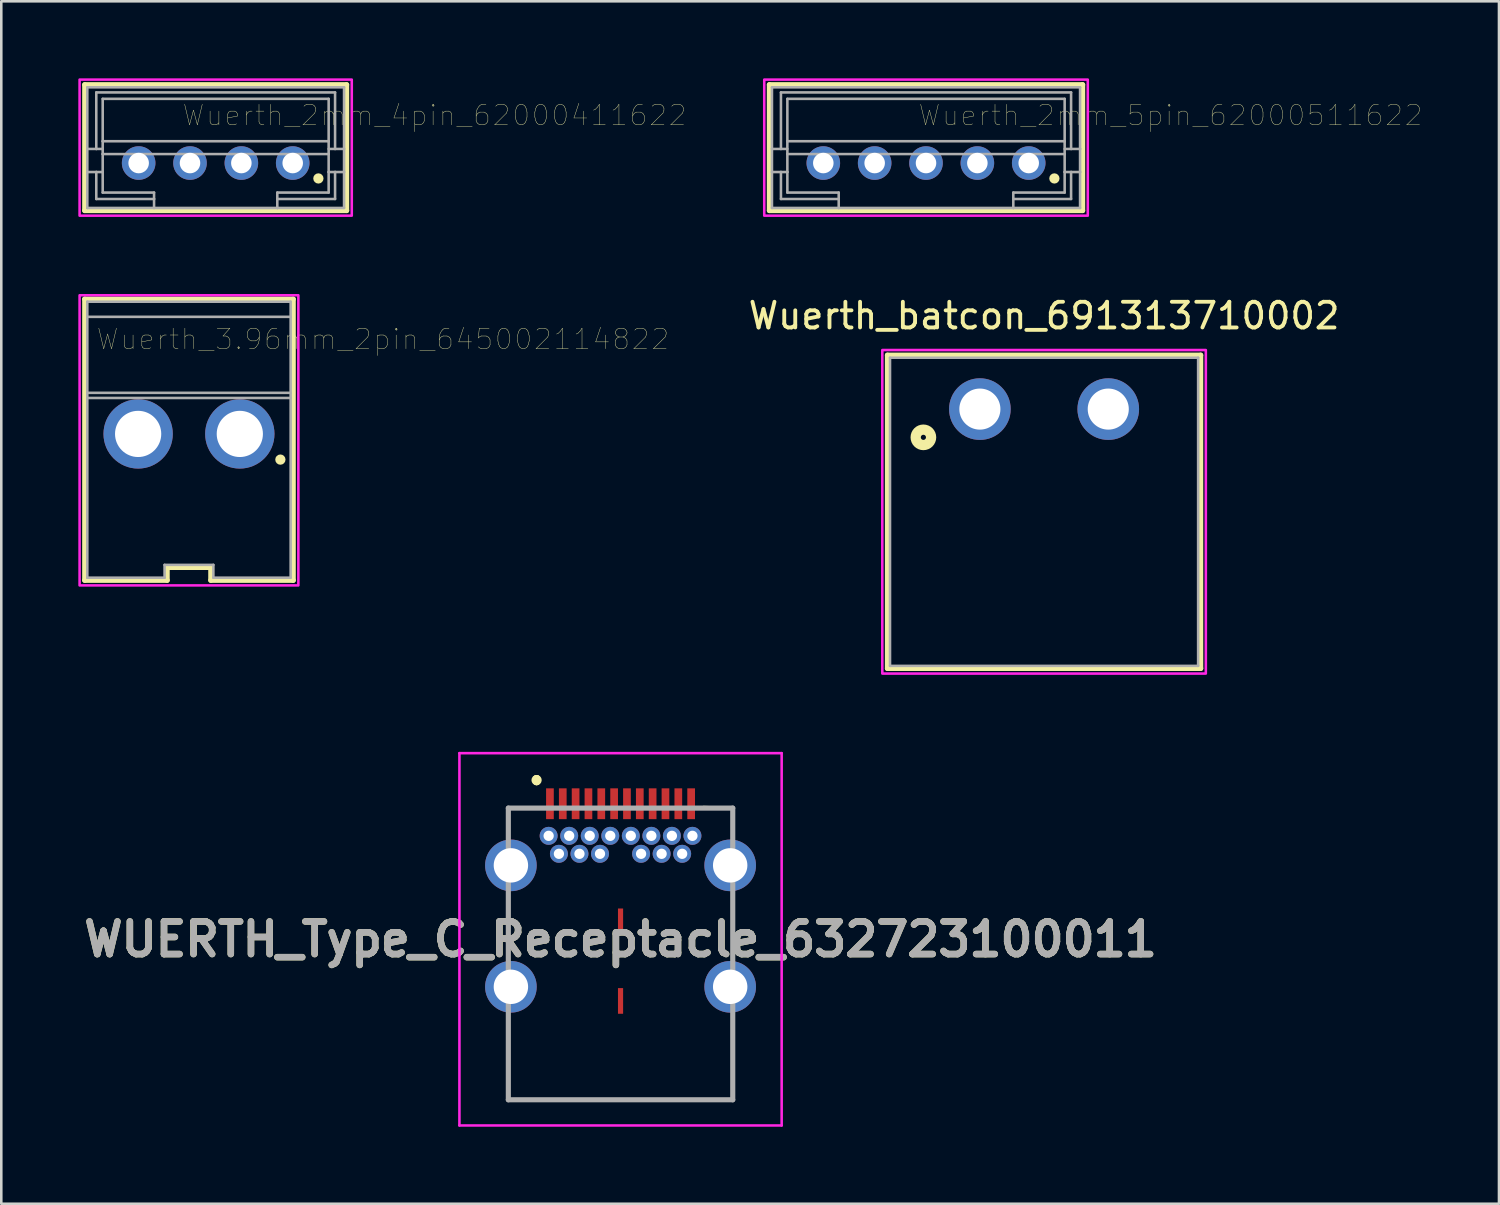
<source format=kicad_pcb>
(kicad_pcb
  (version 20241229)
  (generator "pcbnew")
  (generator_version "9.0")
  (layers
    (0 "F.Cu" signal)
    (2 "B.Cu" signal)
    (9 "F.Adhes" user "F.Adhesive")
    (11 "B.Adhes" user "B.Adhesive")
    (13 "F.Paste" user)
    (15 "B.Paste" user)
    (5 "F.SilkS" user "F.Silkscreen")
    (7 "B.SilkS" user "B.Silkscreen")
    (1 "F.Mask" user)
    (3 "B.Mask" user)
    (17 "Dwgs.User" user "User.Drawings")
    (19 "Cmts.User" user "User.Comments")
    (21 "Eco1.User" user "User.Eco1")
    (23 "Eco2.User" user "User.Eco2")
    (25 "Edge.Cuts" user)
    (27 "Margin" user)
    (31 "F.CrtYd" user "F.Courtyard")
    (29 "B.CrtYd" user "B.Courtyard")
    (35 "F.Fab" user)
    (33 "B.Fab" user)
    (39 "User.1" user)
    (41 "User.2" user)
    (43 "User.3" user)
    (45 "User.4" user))
  (footprint "Wuerth_3.96mm_2pin_645002114822"
    (layer "F.Cu")
    (at 4.31 14.35)
    (property "Reference" "Wuerth_3.96mm_2pin_645002114822" (at 7.555 -4.188 0) (layer "F.SilkS") (effects (font (size 0.8 0.8) (thickness 0.015))))
    (attr through_hole)
    (fp_line (start -4.06 -5.75) (end 4.06 -5.75) (stroke (width 0.2) (type solid)) (layer "F.SilkS"))
    (fp_line (start -4.06 5.2) (end -4.06 -5.75) (stroke (width 0.2) (type solid)) (layer "F.SilkS"))
    (fp_line (start -0.85 4.7) (end -0.85 5.2) (stroke (width 0.2) (type solid)) (layer "F.SilkS"))
    (fp_line (start -0.85 5.2) (end -4.06 5.2) (stroke (width 0.2) (type solid)) (layer "F.SilkS"))
    (fp_line (start 0.85 4.7) (end -0.85 4.7) (stroke (width 0.2) (type solid)) (layer "F.SilkS"))
    (fp_line (start 0.85 5.2) (end 0.85 4.7) (stroke (width 0.2) (type solid)) (layer "F.SilkS"))
    (fp_line (start 4.06 -5.75) (end 4.06 5.2) (stroke (width 0.2) (type solid)) (layer "F.SilkS"))
    (fp_line (start 4.06 5.2) (end 0.85 5.2) (stroke (width 0.2) (type solid)) (layer "F.SilkS"))
    (fp_circle (center 3.56 0.5) (end 3.66 0.5) (stroke (width 0.2) (type solid)) (fill no) (layer "F.SilkS"))
    (fp_poly (pts (xy -4.26 -5.9) (xy 4.26 -5.9) (xy 4.26 5.4) (xy -4.26 5.4)) (stroke (width 0.1) (type solid)) (fill no) (layer "F.CrtYd"))
    (fp_line (start -3.96 -5.65) (end 3.96 -5.65) (stroke (width 0.1) (type solid)) (layer "F.Fab"))
    (fp_line (start -3.96 -5.06) (end 3.96 -5.06) (stroke (width 0.1) (type solid)) (layer "F.Fab"))
    (fp_line (start -3.96 -2.1) (end 3.96 -2.1) (stroke (width 0.1) (type solid)) (layer "F.Fab"))
    (fp_line (start -3.96 -1.9) (end -3.96 -5.65) (stroke (width 0.1) (type solid)) (layer "F.Fab"))
    (fp_line (start -3.96 -1.9) (end 3.96 -1.9) (stroke (width 0.1) (type solid)) (layer "F.Fab"))
    (fp_line (start -3.96 5.1) (end -3.96 -1.9) (stroke (width 0.1) (type solid)) (layer "F.Fab"))
    (fp_line (start -0.95 4.6) (end 0.95 4.6) (stroke (width 0.1) (type solid)) (layer "F.Fab"))
    (fp_line (start -0.95 5.1) (end -3.96 5.1) (stroke (width 0.1) (type solid)) (layer "F.Fab"))
    (fp_line (start -0.95 5.1) (end -0.95 4.6) (stroke (width 0.1) (type solid)) (layer "F.Fab"))
    (fp_line (start 0.95 4.6) (end 0.95 5.1) (stroke (width 0.1) (type solid)) (layer "F.Fab"))
    (fp_line (start 3.96 -5.65) (end 3.96 -1.9) (stroke (width 0.1) (type solid)) (layer "F.Fab"))
    (fp_line (start 3.96 -1.9) (end 3.96 5.1) (stroke (width 0.1) (type solid)) (layer "F.Fab"))
    (fp_line (start 3.96 5.1) (end 0.95 5.1) (stroke (width 0.1) (type solid)) (layer "F.Fab"))
    (pad "1" thru_hole circle (at 1.98 -0.5) (size 2.7 2.7) (drill 1.8) (layers "*.Cu" "*.Mask"))
    (pad "2" thru_hole circle (at -1.98 -0.5) (size 2.7 2.7) (drill 1.8) (layers "*.Cu" "*.Mask")))
  (footprint "Wuerth_batcon_691313710002"
    (layer "F.Cu")
    (at 37.613 12.883)
    (property "Reference" "Wuerth_batcon_691313710002" (at 0 -3.635 0) (layer "F.SilkS") (effects (font (size 1 1) (thickness 0.15))))
    (attr through_hole)
    (fp_line (start -6.1 -2.1) (end 6.1 -2.1) (stroke (width 0.2) (type solid)) (layer "F.SilkS"))
    (fp_line (start -6.1 10.1) (end -6.1 -2.1) (stroke (width 0.2) (type solid)) (layer "F.SilkS"))
    (fp_line (start 6.1 -2.1) (end 6.1 10.1) (stroke (width 0.2) (type solid)) (layer "F.SilkS"))
    (fp_line (start 6.1 10.1) (end -6.1 10.1) (stroke (width 0.2) (type solid)) (layer "F.SilkS"))
    (fp_circle (center -4.7 1.1) (end -4.6 1.1) (stroke (width 0.4) (type solid)) (fill no) (layer "F.SilkS"))
    (fp_poly (pts (xy 6.3 -2.3) (xy 6.3 10.3) (xy -6.3 10.3) (xy -6.3 -2.3)) (stroke (width 0.1) (type solid)) (fill no) (layer "F.CrtYd"))
    (fp_line (start -6 -2) (end -6 10) (stroke (width 0.1) (type solid)) (layer "F.Fab"))
    (fp_line (start -6 10) (end 6 10) (stroke (width 0.1) (type solid)) (layer "F.Fab"))
    (fp_line (start 6 -2) (end -6 -2) (stroke (width 0.1) (type solid)) (layer "F.Fab"))
    (fp_line (start 6 10) (end 6 -2) (stroke (width 0.1) (type solid)) (layer "F.Fab"))
    (pad "1" thru_hole circle (at -2.5 0) (size 2.4 2.4) (drill 1.6) (layers "*.Cu" "*.Mask"))
    (pad "2" thru_hole circle (at 2.5 0) (size 2.4 2.4) (drill 1.6) (layers "*.Cu" "*.Mask")))
  (footprint "Wuerth_2mm_4pin_62000411622"
    (layer "F.Cu")
    (at 5.35 2.7)
    (property "Reference" "Wuerth_2mm_4pin_62000411622" (at 8.525 -1.258 0) (layer "F.SilkS") (effects (font (size 0.8 0.8) (thickness 0.015))))
    (attr through_hole)
    (fp_line (start -5.1 -2.45) (end 5.1 -2.45) (stroke (width 0.2) (type solid)) (layer "F.SilkS"))
    (fp_line (start -5.1 2.45) (end -5.1 -2.45) (stroke (width 0.2) (type solid)) (layer "F.SilkS"))
    (fp_line (start 5.1 -2.45) (end 5.1 2.45) (stroke (width 0.2) (type solid)) (layer "F.SilkS"))
    (fp_line (start 5.1 2.45) (end -5.1 2.45) (stroke (width 0.2) (type solid)) (layer "F.SilkS"))
    (fp_circle (center 4 1.2) (end 4.1 1.2) (stroke (width 0.2) (type solid)) (fill no) (layer "F.SilkS"))
    (fp_poly (pts (xy -5.3 -2.65) (xy 5.3 -2.65) (xy 5.3 2.65) (xy -5.3 2.65)) (stroke (width 0.1) (type solid)) (fill no) (layer "F.CrtYd"))
    (fp_line (start -5 -2.35) (end 5 -2.35) (stroke (width 0.1) (type solid)) (layer "F.Fab"))
    (fp_line (start -5 0.05) (end -5 -2.35) (stroke (width 0.1) (type solid)) (layer "F.Fab"))
    (fp_line (start -5 0.05) (end -4.65 0.05) (stroke (width 0.1) (type solid)) (layer "F.Fab"))
    (fp_line (start -5 0.95) (end -5 0.05) (stroke (width 0.1) (type solid)) (layer "F.Fab"))
    (fp_line (start -5 0.95) (end -4.65 0.95) (stroke (width 0.1) (type solid)) (layer "F.Fab"))
    (fp_line (start -5 2.35) (end -5 0.95) (stroke (width 0.1) (type solid)) (layer "F.Fab"))
    (fp_line (start -4.65 -2.15) (end 4.65 -2.15) (stroke (width 0.1) (type solid)) (layer "F.Fab"))
    (fp_line (start -4.65 0.05) (end -4.65 -2.15) (stroke (width 0.1) (type solid)) (layer "F.Fab"))
    (fp_line (start -4.65 0.05) (end -4.4 0.05) (stroke (width 0.1) (type solid)) (layer "F.Fab"))
    (fp_line (start -4.65 0.95) (end -4.4 0.95) (stroke (width 0.1) (type solid)) (layer "F.Fab"))
    (fp_line (start -4.65 2) (end -4.65 0.95) (stroke (width 0.1) (type solid)) (layer "F.Fab"))
    (fp_line (start -4.4 -1.9) (end 4.4 -1.9) (stroke (width 0.1) (type solid)) (layer "F.Fab"))
    (fp_line (start -4.4 -0.25) (end -4.4 -1.9) (stroke (width 0.1) (type solid)) (layer "F.Fab"))
    (fp_line (start -4.4 -0.25) (end 4.4 -0.25) (stroke (width 0.1) (type solid)) (layer "F.Fab"))
    (fp_line (start -4.4 0.25) (end -4.4 -0.25) (stroke (width 0.1) (type solid)) (layer "F.Fab"))
    (fp_line (start -4.4 0.25) (end 4.4 0.25) (stroke (width 0.1) (type solid)) (layer "F.Fab"))
    (fp_line (start -4.4 0.95) (end -4.4 0.25) (stroke (width 0.1) (type solid)) (layer "F.Fab"))
    (fp_line (start -4.4 1.75) (end -4.4 0.95) (stroke (width 0.1) (type solid)) (layer "F.Fab"))
    (fp_line (start -2.4 1.75) (end -4.4 1.75) (stroke (width 0.1) (type solid)) (layer "F.Fab"))
    (fp_line (start -2.4 1.75) (end -2.4 2) (stroke (width 0.1) (type solid)) (layer "F.Fab"))
    (fp_line (start -2.4 2) (end -4.65 2) (stroke (width 0.1) (type solid)) (layer "F.Fab"))
    (fp_line (start -2.4 2) (end -2.4 2.35) (stroke (width 0.1) (type solid)) (layer "F.Fab"))
    (fp_line (start -2.4 2.35) (end -5 2.35) (stroke (width 0.1) (type solid)) (layer "F.Fab"))
    (fp_line (start 2.4 1.75) (end 2.4 2) (stroke (width 0.1) (type solid)) (layer "F.Fab"))
    (fp_line (start 2.4 2) (end 2.4 2.35) (stroke (width 0.1) (type solid)) (layer "F.Fab"))
    (fp_line (start 2.4 2.35) (end -2.4 2.35) (stroke (width 0.1) (type solid)) (layer "F.Fab"))
    (fp_line (start 4.4 -1.9) (end 4.4 -0.25) (stroke (width 0.1) (type solid)) (layer "F.Fab"))
    (fp_line (start 4.4 -0.25) (end 4.4 0.25) (stroke (width 0.1) (type solid)) (layer "F.Fab"))
    (fp_line (start 4.4 0.05) (end 4.65 0.05) (stroke (width 0.1) (type solid)) (layer "F.Fab"))
    (fp_line (start 4.4 0.25) (end 4.4 0.95) (stroke (width 0.1) (type solid)) (layer "F.Fab"))
    (fp_line (start 4.4 0.95) (end 4.4 1.75) (stroke (width 0.1) (type solid)) (layer "F.Fab"))
    (fp_line (start 4.4 0.95) (end 4.65 0.95) (stroke (width 0.1) (type solid)) (layer "F.Fab"))
    (fp_line (start 4.4 1.75) (end 2.4 1.75) (stroke (width 0.1) (type solid)) (layer "F.Fab"))
    (fp_line (start 4.65 -2.15) (end 4.65 0.05) (stroke (width 0.1) (type solid)) (layer "F.Fab"))
    (fp_line (start 4.65 0.05) (end 5 0.05) (stroke (width 0.1) (type solid)) (layer "F.Fab"))
    (fp_line (start 4.65 0.95) (end 4.65 2) (stroke (width 0.1) (type solid)) (layer "F.Fab"))
    (fp_line (start 4.65 0.95) (end 5 0.95) (stroke (width 0.1) (type solid)) (layer "F.Fab"))
    (fp_line (start 4.65 2) (end 2.4 2) (stroke (width 0.1) (type solid)) (layer "F.Fab"))
    (fp_line (start 5 -2.35) (end 5 0.05) (stroke (width 0.1) (type solid)) (layer "F.Fab"))
    (fp_line (start 5 0.05) (end 5 0.95) (stroke (width 0.1) (type solid)) (layer "F.Fab"))
    (fp_line (start 5 0.95) (end 5 2.35) (stroke (width 0.1) (type solid)) (layer "F.Fab"))
    (fp_line (start 5 2.35) (end 2.4 2.35) (stroke (width 0.1) (type solid)) (layer "F.Fab"))
    (pad "1" thru_hole circle (at 3 0.6) (size 1.308 1.308) (drill 0.8) (layers "*.Cu" "*.Mask"))
    (pad "2" thru_hole circle (at 1 0.6) (size 1.308 1.308) (drill 0.8) (layers "*.Cu" "*.Mask"))
    (pad "3" thru_hole circle (at -1 0.6) (size 1.308 1.308) (drill 0.8) (layers "*.Cu" "*.Mask"))
    (pad "4" thru_hole circle (at -3 0.6) (size 1.308 1.308) (drill 0.8) (layers "*.Cu" "*.Mask")))
  (footprint "WUERTH_Type_C_Receptacle_632723100011"
    (layer "F.Cu")
    (at 21.118 33.533)
    (property "Reference" "WUERTH_Type_C_Receptacle_632723100011" (at 0 0 0) (layer "F.SilkS") (effects (font (size 1.27 1.27) (thickness 0.254))))
    (attr through_hole)
    (fp_line (start -4.37 -5.11) (end -4.37 -4.15) (stroke (width 0.1) (type solid)) (layer "F.SilkS"))
    (fp_line (start -4.37 3.35) (end -4.37 6.25) (stroke (width 0.1) (type solid)) (layer "F.SilkS"))
    (fp_line (start -4.37 6.25) (end 4.37 6.25) (stroke (width 0.1) (type solid)) (layer "F.SilkS"))
    (fp_line (start -3.27 -6.25) (end -3.27 -6.25) (stroke (width 0.3) (type solid)) (layer "F.SilkS"))
    (fp_line (start -3.27 -6.15) (end -3.27 -6.15) (stroke (width 0.3) (type solid)) (layer "F.SilkS"))
    (fp_line (start -3.27 -5.11) (end -4.37 -5.11) (stroke (width 0.1) (type solid)) (layer "F.SilkS"))
    (fp_line (start 3.23 -5.15) (end 4.37 -5.11) (stroke (width 0.1) (type solid)) (layer "F.SilkS"))
    (fp_line (start 4.37 -5.11) (end 4.37 -4.15) (stroke (width 0.1) (type solid)) (layer "F.SilkS"))
    (fp_line (start 4.37 6.25) (end 4.37 3.35) (stroke (width 0.1) (type solid)) (layer "F.SilkS"))
    (fp_arc (start -3.27 -6.25) (mid -3.22 -6.2) (end -3.27 -6.15) (stroke (width 0.3) (type solid)) (layer "F.SilkS"))
    (fp_arc (start -3.27 -6.15) (mid -3.32 -6.2) (end -3.27 -6.25) (stroke (width 0.3) (type solid)) (layer "F.SilkS"))
    (fp_line (start -6.275 -7.25) (end 6.275 -7.25) (stroke (width 0.1) (type solid)) (layer "F.CrtYd"))
    (fp_line (start -6.275 7.25) (end -6.275 -7.25) (stroke (width 0.1) (type solid)) (layer "F.CrtYd"))
    (fp_line (start 6.275 -7.25) (end 6.275 7.25) (stroke (width 0.1) (type solid)) (layer "F.CrtYd"))
    (fp_line (start 6.275 7.25) (end -6.275 7.25) (stroke (width 0.1) (type solid)) (layer "F.CrtYd"))
    (fp_line (start -4.37 -5.11) (end 4.37 -5.11) (stroke (width 0.2) (type solid)) (layer "F.Fab"))
    (fp_line (start -4.37 6.25) (end -4.37 -5.11) (stroke (width 0.2) (type solid)) (layer "F.Fab"))
    (fp_line (start 4.37 -5.11) (end 4.37 6.25) (stroke (width 0.2) (type solid)) (layer "F.Fab"))
    (fp_line (start 4.37 6.25) (end -4.37 6.25) (stroke (width 0.2) (type solid)) (layer "F.Fab"))
    (fp_text user "${REFERENCE}" (at 0 0 0) (layer "F.Fab") (effects (font (size 1.27 1.27) (thickness 0.254))))
    (pad "A1" smd rect (at -2.75 -5.28) (size 0.3 1.2) (layers "F.Cu" "F.Mask" "F.Paste"))
    (pad "A2" smd rect (at -2.25 -5.28) (size 0.3 1.2) (layers "F.Cu" "F.Mask" "F.Paste"))
    (pad "A3" smd rect (at -1.75 -5.28) (size 0.3 1.2) (layers "F.Cu" "F.Mask" "F.Paste"))
    (pad "A4" smd rect (at -1.25 -5.28) (size 0.3 1.2) (layers "F.Cu" "F.Mask" "F.Paste"))
    (pad "A5" smd rect (at -0.75 -5.28) (size 0.3 1.2) (layers "F.Cu" "F.Mask" "F.Paste"))
    (pad "A6" smd rect (at -0.25 -5.28) (size 0.3 1.2) (layers "F.Cu" "F.Mask" "F.Paste"))
    (pad "A7" smd rect (at 0.25 -5.28) (size 0.3 1.2) (layers "F.Cu" "F.Mask" "F.Paste"))
    (pad "A8" smd rect (at 0.75 -5.28) (size 0.3 1.2) (layers "F.Cu" "F.Mask" "F.Paste"))
    (pad "A9" smd rect (at 1.25 -5.28) (size 0.3 1.2) (layers "F.Cu" "F.Mask" "F.Paste"))
    (pad "A10" smd rect (at 1.75 -5.28) (size 0.3 1.2) (layers "F.Cu" "F.Mask" "F.Paste"))
    (pad "A11" smd rect (at 2.25 -5.28) (size 0.3 1.2) (layers "F.Cu" "F.Mask" "F.Paste"))
    (pad "A12" smd rect (at 2.75 -5.28) (size 0.3 1.2) (layers "F.Cu" "F.Mask" "F.Paste"))
    (pad "B1" thru_hole circle (at 2.8 -4.03) (size 0.7 0.7) (drill 0.4) (layers "*.Cu" "*.Mask"))
    (pad "B2" thru_hole circle (at 2.4 -3.33) (size 0.7 0.7) (drill 0.4) (layers "*.Cu" "*.Mask"))
    (pad "B3" thru_hole circle (at 1.6 -3.33) (size 0.7 0.7) (drill 0.4) (layers "*.Cu" "*.Mask"))
    (pad "B4" thru_hole circle (at 1.2 -4.03) (size 0.7 0.7) (drill 0.4) (layers "*.Cu" "*.Mask"))
    (pad "B5" thru_hole circle (at 0.8 -3.33) (size 0.7 0.7) (drill 0.4) (layers "*.Cu" "*.Mask"))
    (pad "B6" thru_hole circle (at 0.4 -4.03) (size 0.7 0.7) (drill 0.4) (layers "*.Cu" "*.Mask"))
    (pad "B7" thru_hole circle (at -0.4 -4.03) (size 0.7 0.7) (drill 0.4) (layers "*.Cu" "*.Mask"))
    (pad "B8" thru_hole circle (at -0.8 -3.33) (size 0.7 0.7) (drill 0.4) (layers "*.Cu" "*.Mask"))
    (pad "B9" thru_hole circle (at -1.2 -4.03) (size 0.7 0.7) (drill 0.4) (layers "*.Cu" "*.Mask"))
    (pad "B10" thru_hole circle (at -1.6 -3.33) (size 0.7 0.7) (drill 0.4) (layers "*.Cu" "*.Mask"))
    (pad "B11" thru_hole circle (at -2.4 -3.33) (size 0.7 0.7) (drill 0.4) (layers "*.Cu" "*.Mask"))
    (pad "B12" thru_hole circle (at -2.8 -4.03) (size 0.7 0.7) (drill 0.4) (layers "*.Cu" "*.Mask"))
    (pad "G1" thru_hole circle (at -2 -4.03) (size 0.7 0.7) (drill 0.4) (layers "*.Cu" "*.Mask"))
    (pad "G2" thru_hole circle (at 2 -4.03) (size 0.7 0.7) (drill 0.4) (layers "*.Cu" "*.Mask"))
    (pad "MH1" thru_hole circle (at -4.27 -2.88) (size 2.01 2.01) (drill 1.34) (layers "*.Cu" "*.Mask"))
    (pad "MH2" thru_hole circle (at 4.27 -2.88) (size 2.01 2.01) (drill 1.34) (layers "*.Cu" "*.Mask"))
    (pad "MH3" thru_hole circle (at -4.27 1.85) (size 2.01 2.01) (drill 1.34) (layers "*.Cu" "*.Mask"))
    (pad "MH4" thru_hole circle (at 4.27 1.85) (size 2.01 2.01) (drill 1.34) (layers "*.Cu" "*.Mask"))
    (pad "MP1" smd rect (at 0 -0.7) (size 0.2 1) (layers "F.Cu" "F.Mask" "F.Paste"))
    (pad "MP2" smd rect (at 0 2.4) (size 0.2 1) (layers "F.Cu" "F.Mask" "F.Paste")))
  (footprint "Wuerth_2mm_5pin_62000511622"
    (layer "F.Cu")
    (at 33.015 2.7)
    (property "Reference" "Wuerth_2mm_5pin_62000511622" (at 9.525 -1.258 0) (layer "F.SilkS") (effects (font (size 0.8 0.8) (thickness 0.015))))
    (attr through_hole)
    (fp_line (start -6.1 -2.45) (end 6.1 -2.45) (stroke (width 0.2) (type solid)) (layer "F.SilkS"))
    (fp_line (start -6.1 2.45) (end -6.1 -2.45) (stroke (width 0.2) (type solid)) (layer "F.SilkS"))
    (fp_line (start 6.1 -2.45) (end 6.1 2.45) (stroke (width 0.2) (type solid)) (layer "F.SilkS"))
    (fp_line (start 6.1 2.45) (end -6.1 2.45) (stroke (width 0.2) (type solid)) (layer "F.SilkS"))
    (fp_circle (center 5 1.2) (end 5.1 1.2) (stroke (width 0.2) (type solid)) (fill no) (layer "F.SilkS"))
    (fp_poly (pts (xy -6.3 -2.65) (xy 6.3 -2.65) (xy 6.3 2.65) (xy -6.3 2.65)) (stroke (width 0.1) (type solid)) (fill no) (layer "F.CrtYd"))
    (fp_line (start -6 -2.35) (end 6 -2.35) (stroke (width 0.1) (type solid)) (layer "F.Fab"))
    (fp_line (start -6 0.05) (end -6 -2.35) (stroke (width 0.1) (type solid)) (layer "F.Fab"))
    (fp_line (start -6 0.05) (end -5.65 0.05) (stroke (width 0.1) (type solid)) (layer "F.Fab"))
    (fp_line (start -6 0.95) (end -6 0.05) (stroke (width 0.1) (type solid)) (layer "F.Fab"))
    (fp_line (start -6 0.95) (end -5.65 0.95) (stroke (width 0.1) (type solid)) (layer "F.Fab"))
    (fp_line (start -6 2.35) (end -6 0.95) (stroke (width 0.1) (type solid)) (layer "F.Fab"))
    (fp_line (start -5.65 -2.15) (end 5.65 -2.15) (stroke (width 0.1) (type solid)) (layer "F.Fab"))
    (fp_line (start -5.65 0.05) (end -5.65 -2.15) (stroke (width 0.1) (type solid)) (layer "F.Fab"))
    (fp_line (start -5.65 0.05) (end -5.4 0.05) (stroke (width 0.1) (type solid)) (layer "F.Fab"))
    (fp_line (start -5.65 0.95) (end -5.4 0.95) (stroke (width 0.1) (type solid)) (layer "F.Fab"))
    (fp_line (start -5.65 2) (end -5.65 0.95) (stroke (width 0.1) (type solid)) (layer "F.Fab"))
    (fp_line (start -5.4 -1.9) (end 5.4 -1.9) (stroke (width 0.1) (type solid)) (layer "F.Fab"))
    (fp_line (start -5.4 -0.25) (end -5.4 -1.9) (stroke (width 0.1) (type solid)) (layer "F.Fab"))
    (fp_line (start -5.4 -0.25) (end 5.4 -0.25) (stroke (width 0.1) (type solid)) (layer "F.Fab"))
    (fp_line (start -5.4 0.25) (end -5.4 -0.25) (stroke (width 0.1) (type solid)) (layer "F.Fab"))
    (fp_line (start -5.4 0.25) (end 5.4 0.25) (stroke (width 0.1) (type solid)) (layer "F.Fab"))
    (fp_line (start -5.4 0.95) (end -5.4 0.25) (stroke (width 0.1) (type solid)) (layer "F.Fab"))
    (fp_line (start -5.4 1.75) (end -5.4 0.95) (stroke (width 0.1) (type solid)) (layer "F.Fab"))
    (fp_line (start -3.4 1.75) (end -5.4 1.75) (stroke (width 0.1) (type solid)) (layer "F.Fab"))
    (fp_line (start -3.4 1.75) (end -3.4 2) (stroke (width 0.1) (type solid)) (layer "F.Fab"))
    (fp_line (start -3.4 2) (end -5.65 2) (stroke (width 0.1) (type solid)) (layer "F.Fab"))
    (fp_line (start -3.4 2) (end -3.4 2.35) (stroke (width 0.1) (type solid)) (layer "F.Fab"))
    (fp_line (start -3.4 2.35) (end -6 2.35) (stroke (width 0.1) (type solid)) (layer "F.Fab"))
    (fp_line (start 3.4 1.75) (end 3.4 2) (stroke (width 0.1) (type solid)) (layer "F.Fab"))
    (fp_line (start 3.4 2) (end 3.4 2.35) (stroke (width 0.1) (type solid)) (layer "F.Fab"))
    (fp_line (start 3.4 2.35) (end -3.4 2.35) (stroke (width 0.1) (type solid)) (layer "F.Fab"))
    (fp_line (start 5.4 -1.9) (end 5.4 -0.25) (stroke (width 0.1) (type solid)) (layer "F.Fab"))
    (fp_line (start 5.4 -0.25) (end 5.4 0.25) (stroke (width 0.1) (type solid)) (layer "F.Fab"))
    (fp_line (start 5.4 0.05) (end 5.65 0.05) (stroke (width 0.1) (type solid)) (layer "F.Fab"))
    (fp_line (start 5.4 0.25) (end 5.4 0.95) (stroke (width 0.1) (type solid)) (layer "F.Fab"))
    (fp_line (start 5.4 0.95) (end 5.4 1.75) (stroke (width 0.1) (type solid)) (layer "F.Fab"))
    (fp_line (start 5.4 0.95) (end 5.65 0.95) (stroke (width 0.1) (type solid)) (layer "F.Fab"))
    (fp_line (start 5.4 1.75) (end 3.4 1.75) (stroke (width 0.1) (type solid)) (layer "F.Fab"))
    (fp_line (start 5.65 -2.15) (end 5.65 0.05) (stroke (width 0.1) (type solid)) (layer "F.Fab"))
    (fp_line (start 5.65 0.05) (end 6 0.05) (stroke (width 0.1) (type solid)) (layer "F.Fab"))
    (fp_line (start 5.65 0.95) (end 5.65 2) (stroke (width 0.1) (type solid)) (layer "F.Fab"))
    (fp_line (start 5.65 0.95) (end 6 0.95) (stroke (width 0.1) (type solid)) (layer "F.Fab"))
    (fp_line (start 5.65 2) (end 3.4 2) (stroke (width 0.1) (type solid)) (layer "F.Fab"))
    (fp_line (start 6 -2.35) (end 6 0.05) (stroke (width 0.1) (type solid)) (layer "F.Fab"))
    (fp_line (start 6 0.05) (end 6 0.95) (stroke (width 0.1) (type solid)) (layer "F.Fab"))
    (fp_line (start 6 0.95) (end 6 2.35) (stroke (width 0.1) (type solid)) (layer "F.Fab"))
    (fp_line (start 6 2.35) (end 3.4 2.35) (stroke (width 0.1) (type solid)) (layer "F.Fab"))
    (pad "1" thru_hole circle (at 4 0.6) (size 1.308 1.308) (drill 0.8) (layers "*.Cu" "*.Mask"))
    (pad "2" thru_hole circle (at 2 0.6) (size 1.308 1.308) (drill 0.8) (layers "*.Cu" "*.Mask"))
    (pad "3" thru_hole circle (at 0 0.6) (size 1.308 1.308) (drill 0.8) (layers "*.Cu" "*.Mask"))
    (pad "4" thru_hole circle (at -2 0.6) (size 1.308 1.308) (drill 0.8) (layers "*.Cu" "*.Mask"))
    (pad "5" thru_hole circle (at -4 0.6) (size 1.308 1.308) (drill 0.8) (layers "*.Cu" "*.Mask")))
  (gr_rect
    (start -3 -3)
    (end 55.33 43.833)
    (stroke (width 0.1) (type default))
    (fill no)
    (layer "Edge.Cuts")))
</source>
